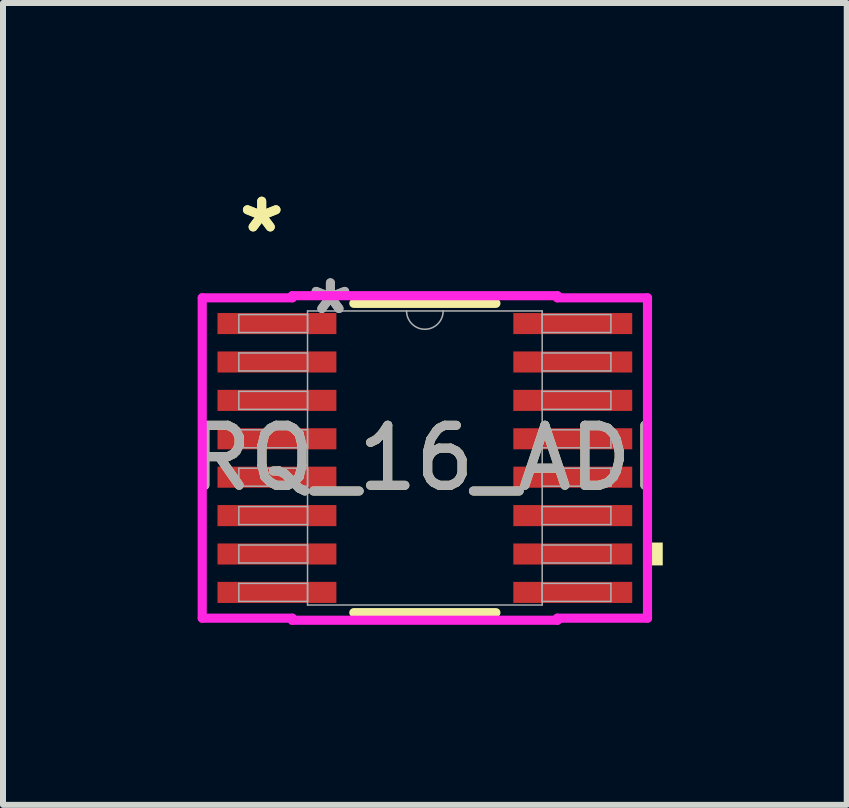
<source format=kicad_pcb>
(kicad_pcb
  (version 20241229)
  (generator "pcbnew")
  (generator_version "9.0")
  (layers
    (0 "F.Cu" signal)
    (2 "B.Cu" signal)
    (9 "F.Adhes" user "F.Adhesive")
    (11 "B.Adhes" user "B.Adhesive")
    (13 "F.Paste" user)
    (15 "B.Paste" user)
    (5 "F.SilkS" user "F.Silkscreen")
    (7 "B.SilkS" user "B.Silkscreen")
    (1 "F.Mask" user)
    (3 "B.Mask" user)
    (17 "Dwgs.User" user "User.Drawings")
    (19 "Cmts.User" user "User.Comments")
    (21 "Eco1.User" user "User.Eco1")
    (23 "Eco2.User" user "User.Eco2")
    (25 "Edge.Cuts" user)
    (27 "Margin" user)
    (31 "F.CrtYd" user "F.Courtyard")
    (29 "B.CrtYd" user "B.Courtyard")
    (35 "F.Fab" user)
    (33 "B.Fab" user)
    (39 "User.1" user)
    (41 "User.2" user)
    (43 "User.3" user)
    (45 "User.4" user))
  (footprint "RQ_16_ADI"
    (layer "F.Cu")
    (at 4.03 4.582)
    (property "Reference" "RQ_16_ADI" (at 0 0 0) (unlocked yes) (layer "F.SilkS") (effects (font (size 1 1) (thickness 0.15))))
    (attr smd)
    (fp_line (start -1.184 2.577) (end 1.184 2.577) (stroke (width 0.152) (type solid)) (layer "F.SilkS"))
    (fp_line (start 1.184 -2.577) (end -1.184 -2.577) (stroke (width 0.152) (type solid)) (layer "F.SilkS"))
    (fp_poly (pts (xy 3.964 1.409) (xy 3.964 1.79) (xy 3.71 1.79) (xy 3.71 1.409)) (stroke (width 0) (type solid)) (fill yes) (layer "F.SilkS"))
    (fp_line (start -3.71 -2.669) (end -2.209 -2.669) (stroke (width 0.152) (type solid)) (layer "F.CrtYd"))
    (fp_line (start -3.71 2.669) (end -3.71 -2.669) (stroke (width 0.152) (type solid)) (layer "F.CrtYd"))
    (fp_line (start -3.71 2.669) (end -2.209 2.669) (stroke (width 0.152) (type solid)) (layer "F.CrtYd"))
    (fp_line (start -2.209 -2.704) (end 2.209 -2.704) (stroke (width 0.152) (type solid)) (layer "F.CrtYd"))
    (fp_line (start -2.209 -2.669) (end -2.209 -2.704) (stroke (width 0.152) (type solid)) (layer "F.CrtYd"))
    (fp_line (start -2.209 2.704) (end -2.209 2.669) (stroke (width 0.152) (type solid)) (layer "F.CrtYd"))
    (fp_line (start 2.209 -2.704) (end 2.209 -2.669) (stroke (width 0.152) (type solid)) (layer "F.CrtYd"))
    (fp_line (start 2.209 2.669) (end 2.209 2.704) (stroke (width 0.152) (type solid)) (layer "F.CrtYd"))
    (fp_line (start 2.209 2.704) (end -2.209 2.704) (stroke (width 0.152) (type solid)) (layer "F.CrtYd"))
    (fp_line (start 3.71 -2.669) (end 2.209 -2.669) (stroke (width 0.152) (type solid)) (layer "F.CrtYd"))
    (fp_line (start 3.71 -2.669) (end 3.71 2.669) (stroke (width 0.152) (type solid)) (layer "F.CrtYd"))
    (fp_line (start 3.71 2.669) (end 2.209 2.669) (stroke (width 0.152) (type solid)) (layer "F.CrtYd"))
    (fp_line (start -3.1 -2.39) (end -3.1 -2.09) (stroke (width 0.025) (type solid)) (layer "F.Fab"))
    (fp_line (start -3.1 -2.09) (end -1.955 -2.09) (stroke (width 0.025) (type solid)) (layer "F.Fab"))
    (fp_line (start -3.1 -1.75) (end -3.1 -1.45) (stroke (width 0.025) (type solid)) (layer "F.Fab"))
    (fp_line (start -3.1 -1.45) (end -1.955 -1.45) (stroke (width 0.025) (type solid)) (layer "F.Fab"))
    (fp_line (start -3.1 -1.11) (end -3.1 -0.81) (stroke (width 0.025) (type solid)) (layer "F.Fab"))
    (fp_line (start -3.1 -0.81) (end -1.955 -0.81) (stroke (width 0.025) (type solid)) (layer "F.Fab"))
    (fp_line (start -3.1 -0.47) (end -3.1 -0.17) (stroke (width 0.025) (type solid)) (layer "F.Fab"))
    (fp_line (start -3.1 -0.17) (end -1.955 -0.17) (stroke (width 0.025) (type solid)) (layer "F.Fab"))
    (fp_line (start -3.1 0.17) (end -3.1 0.47) (stroke (width 0.025) (type solid)) (layer "F.Fab"))
    (fp_line (start -3.1 0.47) (end -1.955 0.47) (stroke (width 0.025) (type solid)) (layer "F.Fab"))
    (fp_line (start -3.1 0.81) (end -3.1 1.11) (stroke (width 0.025) (type solid)) (layer "F.Fab"))
    (fp_line (start -3.1 1.11) (end -1.955 1.11) (stroke (width 0.025) (type solid)) (layer "F.Fab"))
    (fp_line (start -3.1 1.45) (end -3.1 1.75) (stroke (width 0.025) (type solid)) (layer "F.Fab"))
    (fp_line (start -3.1 1.75) (end -1.955 1.75) (stroke (width 0.025) (type solid)) (layer "F.Fab"))
    (fp_line (start -3.1 2.09) (end -3.1 2.39) (stroke (width 0.025) (type solid)) (layer "F.Fab"))
    (fp_line (start -3.1 2.39) (end -1.955 2.39) (stroke (width 0.025) (type solid)) (layer "F.Fab"))
    (fp_line (start -1.955 -2.45) (end -1.955 2.45) (stroke (width 0.025) (type solid)) (layer "F.Fab"))
    (fp_line (start -1.955 -2.39) (end -3.1 -2.39) (stroke (width 0.025) (type solid)) (layer "F.Fab"))
    (fp_line (start -1.955 -2.09) (end -1.955 -2.39) (stroke (width 0.025) (type solid)) (layer "F.Fab"))
    (fp_line (start -1.955 -1.75) (end -3.1 -1.75) (stroke (width 0.025) (type solid)) (layer "F.Fab"))
    (fp_line (start -1.955 -1.45) (end -1.955 -1.75) (stroke (width 0.025) (type solid)) (layer "F.Fab"))
    (fp_line (start -1.955 -1.11) (end -3.1 -1.11) (stroke (width 0.025) (type solid)) (layer "F.Fab"))
    (fp_line (start -1.955 -0.81) (end -1.955 -1.11) (stroke (width 0.025) (type solid)) (layer "F.Fab"))
    (fp_line (start -1.955 -0.47) (end -3.1 -0.47) (stroke (width 0.025) (type solid)) (layer "F.Fab"))
    (fp_line (start -1.955 -0.17) (end -1.955 -0.47) (stroke (width 0.025) (type solid)) (layer "F.Fab"))
    (fp_line (start -1.955 0.17) (end -3.1 0.17) (stroke (width 0.025) (type solid)) (layer "F.Fab"))
    (fp_line (start -1.955 0.47) (end -1.955 0.17) (stroke (width 0.025) (type solid)) (layer "F.Fab"))
    (fp_line (start -1.955 0.81) (end -3.1 0.81) (stroke (width 0.025) (type solid)) (layer "F.Fab"))
    (fp_line (start -1.955 1.11) (end -1.955 0.81) (stroke (width 0.025) (type solid)) (layer "F.Fab"))
    (fp_line (start -1.955 1.45) (end -3.1 1.45) (stroke (width 0.025) (type solid)) (layer "F.Fab"))
    (fp_line (start -1.955 1.75) (end -1.955 1.45) (stroke (width 0.025) (type solid)) (layer "F.Fab"))
    (fp_line (start -1.955 2.09) (end -3.1 2.09) (stroke (width 0.025) (type solid)) (layer "F.Fab"))
    (fp_line (start -1.955 2.39) (end -1.955 2.09) (stroke (width 0.025) (type solid)) (layer "F.Fab"))
    (fp_line (start -1.955 2.45) (end 1.955 2.45) (stroke (width 0.025) (type solid)) (layer "F.Fab"))
    (fp_line (start 1.955 -2.45) (end -1.955 -2.45) (stroke (width 0.025) (type solid)) (layer "F.Fab"))
    (fp_line (start 1.955 -2.39) (end 1.955 -2.09) (stroke (width 0.025) (type solid)) (layer "F.Fab"))
    (fp_line (start 1.955 -2.09) (end 3.1 -2.09) (stroke (width 0.025) (type solid)) (layer "F.Fab"))
    (fp_line (start 1.955 -1.75) (end 1.955 -1.45) (stroke (width 0.025) (type solid)) (layer "F.Fab"))
    (fp_line (start 1.955 -1.45) (end 3.1 -1.45) (stroke (width 0.025) (type solid)) (layer "F.Fab"))
    (fp_line (start 1.955 -1.11) (end 1.955 -0.81) (stroke (width 0.025) (type solid)) (layer "F.Fab"))
    (fp_line (start 1.955 -0.81) (end 3.1 -0.81) (stroke (width 0.025) (type solid)) (layer "F.Fab"))
    (fp_line (start 1.955 -0.47) (end 1.955 -0.17) (stroke (width 0.025) (type solid)) (layer "F.Fab"))
    (fp_line (start 1.955 -0.17) (end 3.1 -0.17) (stroke (width 0.025) (type solid)) (layer "F.Fab"))
    (fp_line (start 1.955 0.17) (end 1.955 0.47) (stroke (width 0.025) (type solid)) (layer "F.Fab"))
    (fp_line (start 1.955 0.47) (end 3.1 0.47) (stroke (width 0.025) (type solid)) (layer "F.Fab"))
    (fp_line (start 1.955 0.81) (end 1.955 1.11) (stroke (width 0.025) (type solid)) (layer "F.Fab"))
    (fp_line (start 1.955 1.11) (end 3.1 1.11) (stroke (width 0.025) (type solid)) (layer "F.Fab"))
    (fp_line (start 1.955 1.45) (end 1.955 1.75) (stroke (width 0.025) (type solid)) (layer "F.Fab"))
    (fp_line (start 1.955 1.75) (end 3.1 1.75) (stroke (width 0.025) (type solid)) (layer "F.Fab"))
    (fp_line (start 1.955 2.09) (end 1.955 2.39) (stroke (width 0.025) (type solid)) (layer "F.Fab"))
    (fp_line (start 1.955 2.39) (end 3.1 2.39) (stroke (width 0.025) (type solid)) (layer "F.Fab"))
    (fp_line (start 1.955 2.45) (end 1.955 -2.45) (stroke (width 0.025) (type solid)) (layer "F.Fab"))
    (fp_line (start 3.1 -2.39) (end 1.955 -2.39) (stroke (width 0.025) (type solid)) (layer "F.Fab"))
    (fp_line (start 3.1 -2.09) (end 3.1 -2.39) (stroke (width 0.025) (type solid)) (layer "F.Fab"))
    (fp_line (start 3.1 -1.75) (end 1.955 -1.75) (stroke (width 0.025) (type solid)) (layer "F.Fab"))
    (fp_line (start 3.1 -1.45) (end 3.1 -1.75) (stroke (width 0.025) (type solid)) (layer "F.Fab"))
    (fp_line (start 3.1 -1.11) (end 1.955 -1.11) (stroke (width 0.025) (type solid)) (layer "F.Fab"))
    (fp_line (start 3.1 -0.81) (end 3.1 -1.11) (stroke (width 0.025) (type solid)) (layer "F.Fab"))
    (fp_line (start 3.1 -0.47) (end 1.955 -0.47) (stroke (width 0.025) (type solid)) (layer "F.Fab"))
    (fp_line (start 3.1 -0.17) (end 3.1 -0.47) (stroke (width 0.025) (type solid)) (layer "F.Fab"))
    (fp_line (start 3.1 0.17) (end 1.955 0.17) (stroke (width 0.025) (type solid)) (layer "F.Fab"))
    (fp_line (start 3.1 0.47) (end 3.1 0.17) (stroke (width 0.025) (type solid)) (layer "F.Fab"))
    (fp_line (start 3.1 0.81) (end 1.955 0.81) (stroke (width 0.025) (type solid)) (layer "F.Fab"))
    (fp_line (start 3.1 1.11) (end 3.1 0.81) (stroke (width 0.025) (type solid)) (layer "F.Fab"))
    (fp_line (start 3.1 1.45) (end 1.955 1.45) (stroke (width 0.025) (type solid)) (layer "F.Fab"))
    (fp_line (start 3.1 1.75) (end 3.1 1.45) (stroke (width 0.025) (type solid)) (layer "F.Fab"))
    (fp_line (start 3.1 2.09) (end 1.955 2.09) (stroke (width 0.025) (type solid)) (layer "F.Fab"))
    (fp_line (start 3.1 2.39) (end 3.1 2.09) (stroke (width 0.025) (type solid)) (layer "F.Fab"))
    (fp_arc (start 0.3048 -2.45) (mid 0 -2.1452) (end -0.3048 -2.45) (stroke (width 0.0254) (type solid)) (layer "F.Fab"))
    (fp_text user "*" (at -2.719 -3.734 0) (unlocked yes) (layer "F.SilkS") (effects (font (size 1 1) (thickness 0.15))))
    (fp_text user "*" (at -2.719 -3.734 0) (layer "F.SilkS") (effects (font (size 1 1) (thickness 0.15))))
    (fp_text user "${REFERENCE}" (at 0 0 0) (unlocked yes) (layer "F.Fab") (effects (font (size 1 1) (thickness 0.15))))
    (fp_text user "*" (at -1.574 -2.374 0) (unlocked yes) (layer "F.Fab") (effects (font (size 1 1) (thickness 0.15))))
    (fp_text user "*" (at -1.574 -2.374 0) (layer "F.Fab") (effects (font (size 1 1) (thickness 0.15))))
    (pad "1" smd rect (at -2.465 -2.24) (size 1.981 0.351) (layers "F.Cu" "F.Mask" "F.Paste"))
    (pad "2" smd rect (at -2.465 -1.6) (size 1.981 0.351) (layers "F.Cu" "F.Mask" "F.Paste"))
    (pad "3" smd rect (at -2.465 -0.96) (size 1.981 0.351) (layers "F.Cu" "F.Mask" "F.Paste"))
    (pad "4" smd rect (at -2.465 -0.32) (size 1.981 0.351) (layers "F.Cu" "F.Mask" "F.Paste"))
    (pad "5" smd rect (at -2.465 0.32) (size 1.981 0.351) (layers "F.Cu" "F.Mask" "F.Paste"))
    (pad "6" smd rect (at -2.465 0.96) (size 1.981 0.351) (layers "F.Cu" "F.Mask" "F.Paste"))
    (pad "7" smd rect (at -2.465 1.6) (size 1.981 0.351) (layers "F.Cu" "F.Mask" "F.Paste"))
    (pad "8" smd rect (at -2.465 2.24) (size 1.981 0.351) (layers "F.Cu" "F.Mask" "F.Paste"))
    (pad "9" smd rect (at 2.465 2.24) (size 1.981 0.351) (layers "F.Cu" "F.Mask" "F.Paste"))
    (pad "10" smd rect (at 2.465 1.6) (size 1.981 0.351) (layers "F.Cu" "F.Mask" "F.Paste"))
    (pad "11" smd rect (at 2.465 0.96) (size 1.981 0.351) (layers "F.Cu" "F.Mask" "F.Paste"))
    (pad "12" smd rect (at 2.465 0.32) (size 1.981 0.351) (layers "F.Cu" "F.Mask" "F.Paste"))
    (pad "13" smd rect (at 2.465 -0.32) (size 1.981 0.351) (layers "F.Cu" "F.Mask" "F.Paste"))
    (pad "14" smd rect (at 2.465 -0.96) (size 1.981 0.351) (layers "F.Cu" "F.Mask" "F.Paste"))
    (pad "15" smd rect (at 2.465 -1.6) (size 1.981 0.351) (layers "F.Cu" "F.Mask" "F.Paste"))
    (pad "16" smd rect (at 2.465 -2.24) (size 1.981 0.351) (layers "F.Cu" "F.Mask" "F.Paste")))
  (gr_rect
    (start -3 -3)
    (end 11.06 10.362)
    (stroke (width 0.1) (type default))
    (fill no)
    (layer "Edge.Cuts")))
</source>
